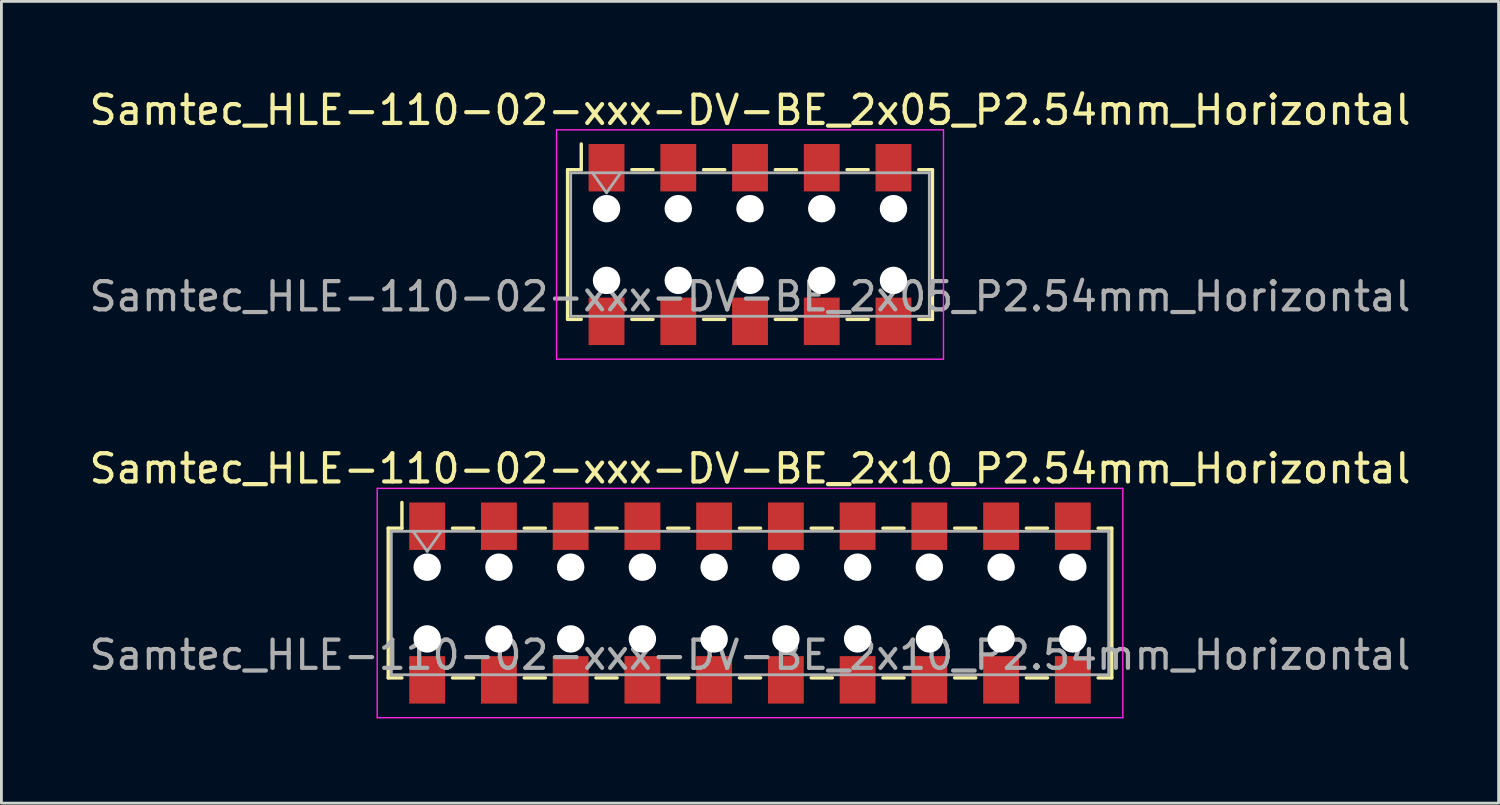
<source format=kicad_pcb>
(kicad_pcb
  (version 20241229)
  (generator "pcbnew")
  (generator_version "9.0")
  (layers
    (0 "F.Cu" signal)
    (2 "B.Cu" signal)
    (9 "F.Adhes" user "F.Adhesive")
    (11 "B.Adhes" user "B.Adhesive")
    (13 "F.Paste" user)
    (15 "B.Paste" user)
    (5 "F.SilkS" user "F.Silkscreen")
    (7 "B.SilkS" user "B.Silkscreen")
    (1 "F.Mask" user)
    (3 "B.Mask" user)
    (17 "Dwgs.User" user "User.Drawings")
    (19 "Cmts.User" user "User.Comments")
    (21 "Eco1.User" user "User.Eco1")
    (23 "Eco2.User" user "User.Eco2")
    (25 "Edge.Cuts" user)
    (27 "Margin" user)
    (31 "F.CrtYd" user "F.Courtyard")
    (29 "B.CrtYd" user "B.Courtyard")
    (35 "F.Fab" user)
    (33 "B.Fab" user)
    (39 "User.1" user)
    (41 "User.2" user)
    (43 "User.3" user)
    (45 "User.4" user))
  (footprint "Samtec_HLE-110-02-xxx-DV-BE_2x10_P2.54mm_Horizontal"
    (layer "F.Cu")
    (at 23.506 18.302)
    (property "Reference" "Samtec_HLE-110-02-xxx-DV-BE_2x10_P2.54mm_Horizontal" (at 0 -4.76 0) (layer "F.SilkS") (effects (font (size 1 1) (thickness 0.15))))
    (attr smd)
    (fp_line (start -12.81 -2.65) (end -12.81 2.65) (stroke (width 0.12) (type solid)) (layer "F.SilkS"))
    (fp_line (start -12.81 2.65) (end -12.325 2.65) (stroke (width 0.12) (type solid)) (layer "F.SilkS"))
    (fp_line (start -12.325 -3.56) (end -12.325 -2.65) (stroke (width 0.12) (type solid)) (layer "F.SilkS"))
    (fp_line (start -12.325 -2.65) (end -12.81 -2.65) (stroke (width 0.12) (type solid)) (layer "F.SilkS"))
    (fp_line (start -10.535 -2.65) (end -9.785 -2.65) (stroke (width 0.12) (type solid)) (layer "F.SilkS"))
    (fp_line (start -10.535 2.65) (end -9.785 2.65) (stroke (width 0.12) (type solid)) (layer "F.SilkS"))
    (fp_line (start -7.995 -2.65) (end -7.245 -2.65) (stroke (width 0.12) (type solid)) (layer "F.SilkS"))
    (fp_line (start -7.995 2.65) (end -7.245 2.65) (stroke (width 0.12) (type solid)) (layer "F.SilkS"))
    (fp_line (start -5.455 -2.65) (end -4.705 -2.65) (stroke (width 0.12) (type solid)) (layer "F.SilkS"))
    (fp_line (start -5.455 2.65) (end -4.705 2.65) (stroke (width 0.12) (type solid)) (layer "F.SilkS"))
    (fp_line (start -2.915 -2.65) (end -2.165 -2.65) (stroke (width 0.12) (type solid)) (layer "F.SilkS"))
    (fp_line (start -2.915 2.65) (end -2.165 2.65) (stroke (width 0.12) (type solid)) (layer "F.SilkS"))
    (fp_line (start -0.375 -2.65) (end 0.375 -2.65) (stroke (width 0.12) (type solid)) (layer "F.SilkS"))
    (fp_line (start -0.375 2.65) (end 0.375 2.65) (stroke (width 0.12) (type solid)) (layer "F.SilkS"))
    (fp_line (start 2.165 -2.65) (end 2.915 -2.65) (stroke (width 0.12) (type solid)) (layer "F.SilkS"))
    (fp_line (start 2.165 2.65) (end 2.915 2.65) (stroke (width 0.12) (type solid)) (layer "F.SilkS"))
    (fp_line (start 4.705 -2.65) (end 5.455 -2.65) (stroke (width 0.12) (type solid)) (layer "F.SilkS"))
    (fp_line (start 4.705 2.65) (end 5.455 2.65) (stroke (width 0.12) (type solid)) (layer "F.SilkS"))
    (fp_line (start 7.245 -2.65) (end 7.995 -2.65) (stroke (width 0.12) (type solid)) (layer "F.SilkS"))
    (fp_line (start 7.245 2.65) (end 7.995 2.65) (stroke (width 0.12) (type solid)) (layer "F.SilkS"))
    (fp_line (start 9.785 -2.65) (end 10.535 -2.65) (stroke (width 0.12) (type solid)) (layer "F.SilkS"))
    (fp_line (start 9.785 2.65) (end 10.535 2.65) (stroke (width 0.12) (type solid)) (layer "F.SilkS"))
    (fp_line (start 12.325 -2.65) (end 12.81 -2.65) (stroke (width 0.12) (type solid)) (layer "F.SilkS"))
    (fp_line (start 12.81 -2.65) (end 12.81 2.65) (stroke (width 0.12) (type solid)) (layer "F.SilkS"))
    (fp_line (start 12.81 2.65) (end 12.325 2.65) (stroke (width 0.12) (type solid)) (layer "F.SilkS"))
    (fp_line (start -13.2 -4.06) (end 13.2 -4.06) (stroke (width 0.05) (type solid)) (layer "F.CrtYd"))
    (fp_line (start -13.2 4.06) (end -13.2 -4.06) (stroke (width 0.05) (type solid)) (layer "F.CrtYd"))
    (fp_line (start 13.2 -4.06) (end 13.2 4.06) (stroke (width 0.05) (type solid)) (layer "F.CrtYd"))
    (fp_line (start 13.2 4.06) (end -13.2 4.06) (stroke (width 0.05) (type solid)) (layer "F.CrtYd"))
    (fp_line (start -12.7 -2.54) (end 12.7 -2.54) (stroke (width 0.1) (type solid)) (layer "F.Fab"))
    (fp_line (start -12.7 2.54) (end -12.7 -2.54) (stroke (width 0.1) (type solid)) (layer "F.Fab"))
    (fp_line (start -11.93 -2.54) (end -11.43 -1.833) (stroke (width 0.1) (type solid)) (layer "F.Fab"))
    (fp_line (start -11.43 -1.833) (end -10.93 -2.54) (stroke (width 0.1) (type solid)) (layer "F.Fab"))
    (fp_line (start 12.7 -2.54) (end 12.7 2.54) (stroke (width 0.1) (type solid)) (layer "F.Fab"))
    (fp_line (start 12.7 2.54) (end -12.7 2.54) (stroke (width 0.1) (type solid)) (layer "F.Fab"))
    (fp_text user "${REFERENCE}" (at 0 1.84 0) (layer "F.Fab") (effects (font (size 1 1) (thickness 0.15))))
    (pad "" np_thru_hole circle (at -11.43 -1.27) (size 0.97 0.97) (drill 0.97) (layers "*.Cu" "*.Mask"))
    (pad "" np_thru_hole circle (at -11.43 1.27) (size 0.97 0.97) (drill 0.97) (layers "*.Cu" "*.Mask"))
    (pad "" np_thru_hole circle (at -8.89 -1.27) (size 0.97 0.97) (drill 0.97) (layers "*.Cu" "*.Mask"))
    (pad "" np_thru_hole circle (at -8.89 1.27) (size 0.97 0.97) (drill 0.97) (layers "*.Cu" "*.Mask"))
    (pad "" np_thru_hole circle (at -6.35 -1.27) (size 0.97 0.97) (drill 0.97) (layers "*.Cu" "*.Mask"))
    (pad "" np_thru_hole circle (at -6.35 1.27) (size 0.97 0.97) (drill 0.97) (layers "*.Cu" "*.Mask"))
    (pad "" np_thru_hole circle (at -3.81 -1.27) (size 0.97 0.97) (drill 0.97) (layers "*.Cu" "*.Mask"))
    (pad "" np_thru_hole circle (at -3.81 1.27) (size 0.97 0.97) (drill 0.97) (layers "*.Cu" "*.Mask"))
    (pad "" np_thru_hole circle (at -1.27 -1.27) (size 0.97 0.97) (drill 0.97) (layers "*.Cu" "*.Mask"))
    (pad "" np_thru_hole circle (at -1.27 1.27) (size 0.97 0.97) (drill 0.97) (layers "*.Cu" "*.Mask"))
    (pad "" np_thru_hole circle (at 1.27 -1.27) (size 0.97 0.97) (drill 0.97) (layers "*.Cu" "*.Mask"))
    (pad "" np_thru_hole circle (at 1.27 1.27) (size 0.97 0.97) (drill 0.97) (layers "*.Cu" "*.Mask"))
    (pad "" np_thru_hole circle (at 3.81 -1.27) (size 0.97 0.97) (drill 0.97) (layers "*.Cu" "*.Mask"))
    (pad "" np_thru_hole circle (at 3.81 1.27) (size 0.97 0.97) (drill 0.97) (layers "*.Cu" "*.Mask"))
    (pad "" np_thru_hole circle (at 6.35 -1.27) (size 0.97 0.97) (drill 0.97) (layers "*.Cu" "*.Mask"))
    (pad "" np_thru_hole circle (at 6.35 1.27) (size 0.97 0.97) (drill 0.97) (layers "*.Cu" "*.Mask"))
    (pad "" np_thru_hole circle (at 8.89 -1.27) (size 0.97 0.97) (drill 0.97) (layers "*.Cu" "*.Mask"))
    (pad "" np_thru_hole circle (at 8.89 1.27) (size 0.97 0.97) (drill 0.97) (layers "*.Cu" "*.Mask"))
    (pad "" np_thru_hole circle (at 11.43 -1.27) (size 0.97 0.97) (drill 0.97) (layers "*.Cu" "*.Mask"))
    (pad "" np_thru_hole circle (at 11.43 1.27) (size 0.97 0.97) (drill 0.97) (layers "*.Cu" "*.Mask"))
    (pad "1" smd rect (at -11.43 -2.72) (size 1.27 1.68) (layers "F.Cu" "F.Mask" "F.Paste"))
    (pad "2" smd rect (at -11.43 2.72) (size 1.27 1.68) (layers "F.Cu" "F.Mask" "F.Paste"))
    (pad "3" smd rect (at -8.89 -2.72) (size 1.27 1.68) (layers "F.Cu" "F.Mask" "F.Paste"))
    (pad "4" smd rect (at -8.89 2.72) (size 1.27 1.68) (layers "F.Cu" "F.Mask" "F.Paste"))
    (pad "5" smd rect (at -6.35 -2.72) (size 1.27 1.68) (layers "F.Cu" "F.Mask" "F.Paste"))
    (pad "6" smd rect (at -6.35 2.72) (size 1.27 1.68) (layers "F.Cu" "F.Mask" "F.Paste"))
    (pad "7" smd rect (at -3.81 -2.72) (size 1.27 1.68) (layers "F.Cu" "F.Mask" "F.Paste"))
    (pad "8" smd rect (at -3.81 2.72) (size 1.27 1.68) (layers "F.Cu" "F.Mask" "F.Paste"))
    (pad "9" smd rect (at -1.27 -2.72) (size 1.27 1.68) (layers "F.Cu" "F.Mask" "F.Paste"))
    (pad "10" smd rect (at -1.27 2.72) (size 1.27 1.68) (layers "F.Cu" "F.Mask" "F.Paste"))
    (pad "11" smd rect (at 1.27 -2.72) (size 1.27 1.68) (layers "F.Cu" "F.Mask" "F.Paste"))
    (pad "12" smd rect (at 1.27 2.72) (size 1.27 1.68) (layers "F.Cu" "F.Mask" "F.Paste"))
    (pad "13" smd rect (at 3.81 -2.72) (size 1.27 1.68) (layers "F.Cu" "F.Mask" "F.Paste"))
    (pad "14" smd rect (at 3.81 2.72) (size 1.27 1.68) (layers "F.Cu" "F.Mask" "F.Paste"))
    (pad "15" smd rect (at 6.35 -2.72) (size 1.27 1.68) (layers "F.Cu" "F.Mask" "F.Paste"))
    (pad "16" smd rect (at 6.35 2.72) (size 1.27 1.68) (layers "F.Cu" "F.Mask" "F.Paste"))
    (pad "17" smd rect (at 8.89 -2.72) (size 1.27 1.68) (layers "F.Cu" "F.Mask" "F.Paste"))
    (pad "18" smd rect (at 8.89 2.72) (size 1.27 1.68) (layers "F.Cu" "F.Mask" "F.Paste"))
    (pad "19" smd rect (at 11.43 -2.72) (size 1.27 1.68) (layers "F.Cu" "F.Mask" "F.Paste"))
    (pad "20" smd rect (at 11.43 2.72) (size 1.27 1.68) (layers "F.Cu" "F.Mask" "F.Paste")))
  (footprint "Samtec_HLE-110-02-xxx-DV-BE_2x05_P2.54mm_Horizontal"
    (layer "F.Cu")
    (at 23.506 5.608)
    (property "Reference" "Samtec_HLE-110-02-xxx-DV-BE_2x05_P2.54mm_Horizontal" (at 0 -4.76 0) (layer "F.SilkS") (effects (font (size 1 1) (thickness 0.15))))
    (attr smd)
    (fp_line (start -6.46 -2.65) (end -6.46 2.65) (stroke (width 0.12) (type solid)) (layer "F.SilkS"))
    (fp_line (start -6.46 2.65) (end -5.975 2.65) (stroke (width 0.12) (type solid)) (layer "F.SilkS"))
    (fp_line (start -5.975 -3.56) (end -5.975 -2.65) (stroke (width 0.12) (type solid)) (layer "F.SilkS"))
    (fp_line (start -5.975 -2.65) (end -6.46 -2.65) (stroke (width 0.12) (type solid)) (layer "F.SilkS"))
    (fp_line (start -4.185 -2.65) (end -3.435 -2.65) (stroke (width 0.12) (type solid)) (layer "F.SilkS"))
    (fp_line (start -4.185 2.65) (end -3.435 2.65) (stroke (width 0.12) (type solid)) (layer "F.SilkS"))
    (fp_line (start -1.645 -2.65) (end -0.895 -2.65) (stroke (width 0.12) (type solid)) (layer "F.SilkS"))
    (fp_line (start -1.645 2.65) (end -0.895 2.65) (stroke (width 0.12) (type solid)) (layer "F.SilkS"))
    (fp_line (start 0.895 -2.65) (end 1.645 -2.65) (stroke (width 0.12) (type solid)) (layer "F.SilkS"))
    (fp_line (start 0.895 2.65) (end 1.645 2.65) (stroke (width 0.12) (type solid)) (layer "F.SilkS"))
    (fp_line (start 3.435 -2.65) (end 4.185 -2.65) (stroke (width 0.12) (type solid)) (layer "F.SilkS"))
    (fp_line (start 3.435 2.65) (end 4.185 2.65) (stroke (width 0.12) (type solid)) (layer "F.SilkS"))
    (fp_line (start 5.975 -2.65) (end 6.46 -2.65) (stroke (width 0.12) (type solid)) (layer "F.SilkS"))
    (fp_line (start 6.46 -2.65) (end 6.46 2.65) (stroke (width 0.12) (type solid)) (layer "F.SilkS"))
    (fp_line (start 6.46 2.65) (end 5.975 2.65) (stroke (width 0.12) (type solid)) (layer "F.SilkS"))
    (fp_line (start -6.85 -4.06) (end 6.85 -4.06) (stroke (width 0.05) (type solid)) (layer "F.CrtYd"))
    (fp_line (start -6.85 4.06) (end -6.85 -4.06) (stroke (width 0.05) (type solid)) (layer "F.CrtYd"))
    (fp_line (start 6.85 -4.06) (end 6.85 4.06) (stroke (width 0.05) (type solid)) (layer "F.CrtYd"))
    (fp_line (start 6.85 4.06) (end -6.85 4.06) (stroke (width 0.05) (type solid)) (layer "F.CrtYd"))
    (fp_line (start -6.35 -2.54) (end 6.35 -2.54) (stroke (width 0.1) (type solid)) (layer "F.Fab"))
    (fp_line (start -6.35 2.54) (end -6.35 -2.54) (stroke (width 0.1) (type solid)) (layer "F.Fab"))
    (fp_line (start -5.58 -2.54) (end -5.08 -1.833) (stroke (width 0.1) (type solid)) (layer "F.Fab"))
    (fp_line (start -5.08 -1.833) (end -4.58 -2.54) (stroke (width 0.1) (type solid)) (layer "F.Fab"))
    (fp_line (start 6.35 -2.54) (end 6.35 2.54) (stroke (width 0.1) (type solid)) (layer "F.Fab"))
    (fp_line (start 6.35 2.54) (end -6.35 2.54) (stroke (width 0.1) (type solid)) (layer "F.Fab"))
    (fp_text user "${REFERENCE}" (at 0 1.84 0) (layer "F.Fab") (effects (font (size 1 1) (thickness 0.15))))
    (pad "" np_thru_hole circle (at -5.08 -1.27) (size 0.97 0.97) (drill 0.97) (layers "*.Cu" "*.Mask"))
    (pad "" np_thru_hole circle (at -5.08 1.27) (size 0.97 0.97) (drill 0.97) (layers "*.Cu" "*.Mask"))
    (pad "" np_thru_hole circle (at -2.54 -1.27) (size 0.97 0.97) (drill 0.97) (layers "*.Cu" "*.Mask"))
    (pad "" np_thru_hole circle (at -2.54 1.27) (size 0.97 0.97) (drill 0.97) (layers "*.Cu" "*.Mask"))
    (pad "" np_thru_hole circle (at 0 -1.27) (size 0.97 0.97) (drill 0.97) (layers "*.Cu" "*.Mask"))
    (pad "" np_thru_hole circle (at 0 1.27) (size 0.97 0.97) (drill 0.97) (layers "*.Cu" "*.Mask"))
    (pad "" np_thru_hole circle (at 2.54 -1.27) (size 0.97 0.97) (drill 0.97) (layers "*.Cu" "*.Mask"))
    (pad "" np_thru_hole circle (at 2.54 1.27) (size 0.97 0.97) (drill 0.97) (layers "*.Cu" "*.Mask"))
    (pad "" np_thru_hole circle (at 5.08 -1.27) (size 0.97 0.97) (drill 0.97) (layers "*.Cu" "*.Mask"))
    (pad "" np_thru_hole circle (at 5.08 1.27) (size 0.97 0.97) (drill 0.97) (layers "*.Cu" "*.Mask"))
    (pad "1" smd rect (at -5.08 -2.72) (size 1.27 1.68) (layers "F.Cu" "F.Mask" "F.Paste"))
    (pad "2" smd rect (at -5.08 2.72) (size 1.27 1.68) (layers "F.Cu" "F.Mask" "F.Paste"))
    (pad "3" smd rect (at -2.54 -2.72) (size 1.27 1.68) (layers "F.Cu" "F.Mask" "F.Paste"))
    (pad "4" smd rect (at -2.54 2.72) (size 1.27 1.68) (layers "F.Cu" "F.Mask" "F.Paste"))
    (pad "5" smd rect (at 0 -2.72) (size 1.27 1.68) (layers "F.Cu" "F.Mask" "F.Paste"))
    (pad "6" smd rect (at 0 2.72) (size 1.27 1.68) (layers "F.Cu" "F.Mask" "F.Paste"))
    (pad "7" smd rect (at 2.54 -2.72) (size 1.27 1.68) (layers "F.Cu" "F.Mask" "F.Paste"))
    (pad "8" smd rect (at 2.54 2.72) (size 1.27 1.68) (layers "F.Cu" "F.Mask" "F.Paste"))
    (pad "9" smd rect (at 5.08 -2.72) (size 1.27 1.68) (layers "F.Cu" "F.Mask" "F.Paste"))
    (pad "10" smd rect (at 5.08 2.72) (size 1.27 1.68) (layers "F.Cu" "F.Mask" "F.Paste")))
  (gr_rect
    (start -3 -3)
    (end 50.012 25.387)
    (stroke (width 0.1) (type default))
    (fill no)
    (layer "Edge.Cuts")))
</source>
